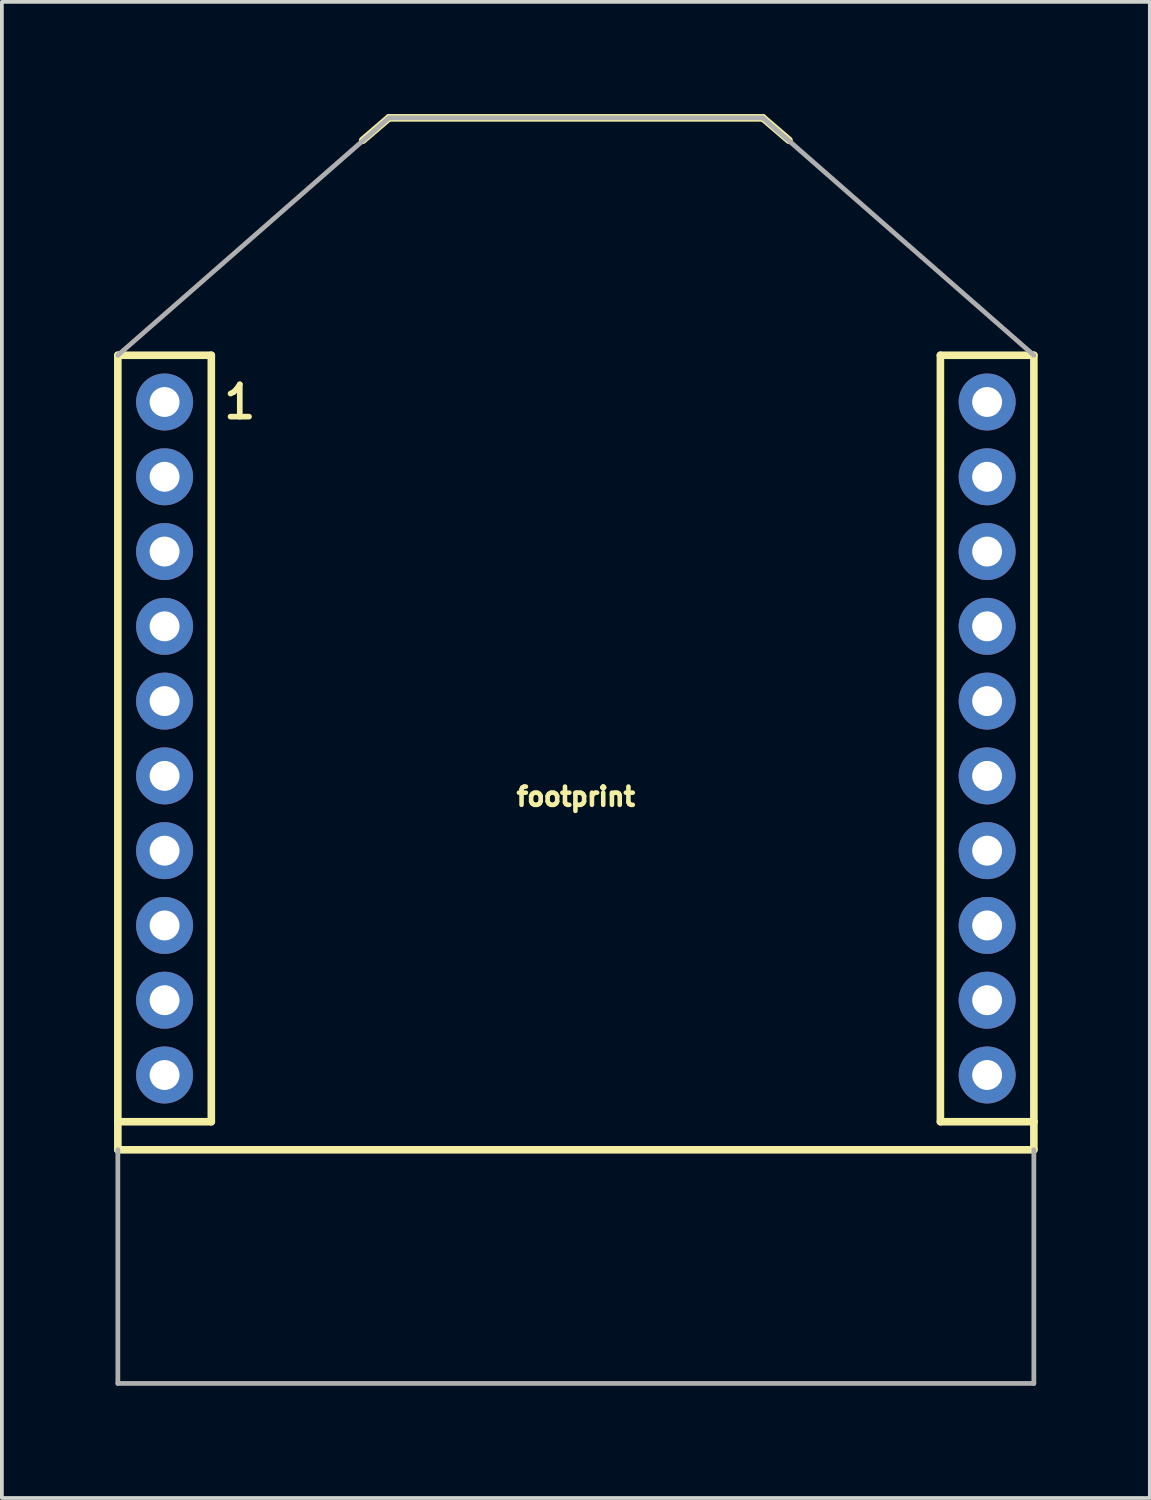
<source format=kicad_pcb>
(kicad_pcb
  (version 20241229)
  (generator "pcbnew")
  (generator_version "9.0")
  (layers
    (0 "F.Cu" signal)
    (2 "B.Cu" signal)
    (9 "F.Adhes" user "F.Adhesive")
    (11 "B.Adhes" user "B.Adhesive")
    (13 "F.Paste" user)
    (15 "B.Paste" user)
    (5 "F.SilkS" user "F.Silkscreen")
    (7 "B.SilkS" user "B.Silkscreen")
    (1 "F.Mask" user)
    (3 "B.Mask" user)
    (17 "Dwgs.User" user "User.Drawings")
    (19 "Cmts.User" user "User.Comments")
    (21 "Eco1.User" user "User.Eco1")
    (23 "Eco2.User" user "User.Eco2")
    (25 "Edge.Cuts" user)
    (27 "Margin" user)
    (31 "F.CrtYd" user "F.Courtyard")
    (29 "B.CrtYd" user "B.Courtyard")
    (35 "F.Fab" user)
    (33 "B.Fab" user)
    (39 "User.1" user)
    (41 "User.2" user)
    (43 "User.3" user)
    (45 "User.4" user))
  (footprint "footprint"
    (layer "F.Cu")
    (at 12.352 27.702)
    (property "Reference" "footprint" (at 0 -9.16 0) (layer "F.SilkS") (effects (font (size 0.488 0.488) (thickness 0.122)) (justify bottom)))
    (fp_line (start -12.25 -21.25) (end -12.25 -0.75) (stroke (width 0.203) (type solid)) (layer "F.SilkS"))
    (fp_line (start -12.25 -0.75) (end -12.25 0) (stroke (width 0.203) (type solid)) (layer "F.SilkS"))
    (fp_line (start -12.25 -0.75) (end -9.75 -0.75) (stroke (width 0.203) (type solid)) (layer "F.SilkS"))
    (fp_line (start -12.25 0) (end 12.25 0) (stroke (width 0.203) (type solid)) (layer "F.SilkS"))
    (fp_line (start -9.75 -21.25) (end -12.25 -21.25) (stroke (width 0.203) (type solid)) (layer "F.SilkS"))
    (fp_line (start -9.75 -21.25) (end -9.75 -0.75) (stroke (width 0.203) (type solid)) (layer "F.SilkS"))
    (fp_line (start -5 -27.6) (end -5.7 -27) (stroke (width 0.203) (type solid)) (layer "F.SilkS"))
    (fp_line (start -5 -27.6) (end 5 -27.6) (stroke (width 0.203) (type solid)) (layer "F.SilkS"))
    (fp_line (start 5 -27.6) (end 5.7 -27) (stroke (width 0.203) (type solid)) (layer "F.SilkS"))
    (fp_line (start 9.75 -21.25) (end 9.75 -0.75) (stroke (width 0.203) (type solid)) (layer "F.SilkS"))
    (fp_line (start 9.75 -21.25) (end 12.25 -21.25) (stroke (width 0.203) (type solid)) (layer "F.SilkS"))
    (fp_line (start 12.25 -21.25) (end 12.25 -0.75) (stroke (width 0.203) (type solid)) (layer "F.SilkS"))
    (fp_line (start 12.25 -0.75) (end 9.75 -0.75) (stroke (width 0.203) (type solid)) (layer "F.SilkS"))
    (fp_line (start 12.25 -0.75) (end 12.25 0) (stroke (width 0.203) (type solid)) (layer "F.SilkS"))
    (fp_line (start -12.25 -21.25) (end -5 -27.6) (stroke (width 0.127) (type solid)) (layer "F.Fab"))
    (fp_line (start -12.25 0) (end -12.25 6.25) (stroke (width 0.127) (type solid)) (layer "F.Fab"))
    (fp_line (start -12.25 6.25) (end 12.25 6.25) (stroke (width 0.127) (type solid)) (layer "F.Fab"))
    (fp_line (start -5 -27.6) (end 5 -27.6) (stroke (width 0.127) (type solid)) (layer "F.Fab"))
    (fp_line (start 12.25 -21.25) (end 5 -27.6) (stroke (width 0.127) (type solid)) (layer "F.Fab"))
    (fp_line (start 12.25 0) (end 12.25 6.25) (stroke (width 0.127) (type solid)) (layer "F.Fab"))
    (fp_text user "1" (at -9.5 -20 0) (layer "F.SilkS") (effects (font (size 0.864 0.864) (thickness 0.152)) (justify left)))
    (pad "1" thru_hole circle (at -11 -20) (size 1.524 1.524) (drill 0.8) (layers "*.Cu" "*.Mask"))
    (pad "2" thru_hole circle (at -11 -18) (size 1.524 1.524) (drill 0.8) (layers "*.Cu" "*.Mask"))
    (pad "3" thru_hole circle (at -11 -16) (size 1.524 1.524) (drill 0.8) (layers "*.Cu" "*.Mask"))
    (pad "4" thru_hole circle (at -11 -14) (size 1.524 1.524) (drill 0.8) (layers "*.Cu" "*.Mask"))
    (pad "5" thru_hole circle (at -11 -12) (size 1.524 1.524) (drill 0.8) (layers "*.Cu" "*.Mask"))
    (pad "6" thru_hole circle (at -11 -10) (size 1.524 1.524) (drill 0.8) (layers "*.Cu" "*.Mask"))
    (pad "7" thru_hole circle (at -11 -8) (size 1.524 1.524) (drill 0.8) (layers "*.Cu" "*.Mask"))
    (pad "8" thru_hole circle (at -11 -6) (size 1.524 1.524) (drill 0.8) (layers "*.Cu" "*.Mask"))
    (pad "9" thru_hole circle (at -11 -4) (size 1.524 1.524) (drill 0.8) (layers "*.Cu" "*.Mask"))
    (pad "10" thru_hole circle (at -11 -2) (size 1.524 1.524) (drill 0.8) (layers "*.Cu" "*.Mask"))
    (pad "11" thru_hole circle (at 11 -2) (size 1.524 1.524) (drill 0.8) (layers "*.Cu" "*.Mask"))
    (pad "12" thru_hole circle (at 11 -4) (size 1.524 1.524) (drill 0.8) (layers "*.Cu" "*.Mask"))
    (pad "13" thru_hole circle (at 11 -6) (size 1.524 1.524) (drill 0.8) (layers "*.Cu" "*.Mask"))
    (pad "14" thru_hole circle (at 11 -8) (size 1.524 1.524) (drill 0.8) (layers "*.Cu" "*.Mask"))
    (pad "15" thru_hole circle (at 11 -10) (size 1.524 1.524) (drill 0.8) (layers "*.Cu" "*.Mask"))
    (pad "16" thru_hole circle (at 11 -12) (size 1.524 1.524) (drill 0.8) (layers "*.Cu" "*.Mask"))
    (pad "17" thru_hole circle (at 11 -14) (size 1.524 1.524) (drill 0.8) (layers "*.Cu" "*.Mask"))
    (pad "18" thru_hole circle (at 11 -16) (size 1.524 1.524) (drill 0.8) (layers "*.Cu" "*.Mask"))
    (pad "19" thru_hole circle (at 11 -18) (size 1.524 1.524) (drill 0.8) (layers "*.Cu" "*.Mask"))
    (pad "20" thru_hole circle (at 11 -20) (size 1.524 1.524) (drill 0.8) (layers "*.Cu" "*.Mask")))
  (gr_rect
    (start -3 -3)
    (end 27.703 37.015)
    (stroke (width 0.1) (type default))
    (fill no)
    (layer "Edge.Cuts")))
</source>
